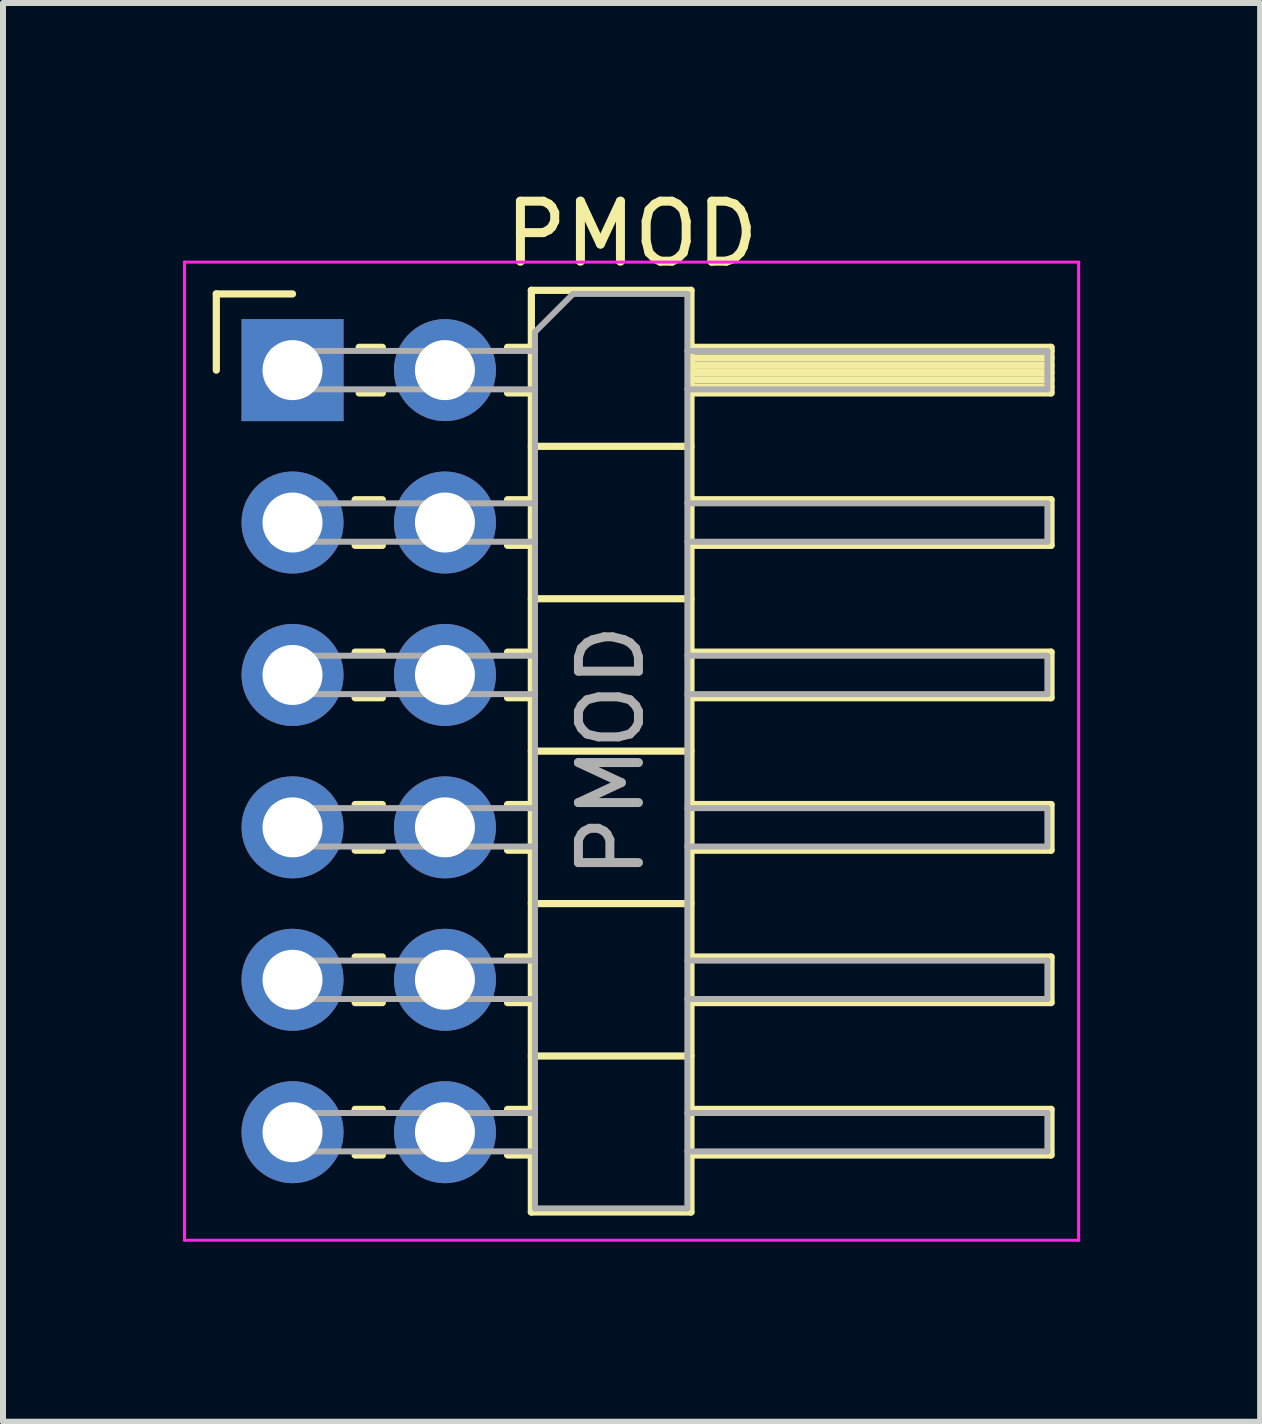
<source format=kicad_pcb>
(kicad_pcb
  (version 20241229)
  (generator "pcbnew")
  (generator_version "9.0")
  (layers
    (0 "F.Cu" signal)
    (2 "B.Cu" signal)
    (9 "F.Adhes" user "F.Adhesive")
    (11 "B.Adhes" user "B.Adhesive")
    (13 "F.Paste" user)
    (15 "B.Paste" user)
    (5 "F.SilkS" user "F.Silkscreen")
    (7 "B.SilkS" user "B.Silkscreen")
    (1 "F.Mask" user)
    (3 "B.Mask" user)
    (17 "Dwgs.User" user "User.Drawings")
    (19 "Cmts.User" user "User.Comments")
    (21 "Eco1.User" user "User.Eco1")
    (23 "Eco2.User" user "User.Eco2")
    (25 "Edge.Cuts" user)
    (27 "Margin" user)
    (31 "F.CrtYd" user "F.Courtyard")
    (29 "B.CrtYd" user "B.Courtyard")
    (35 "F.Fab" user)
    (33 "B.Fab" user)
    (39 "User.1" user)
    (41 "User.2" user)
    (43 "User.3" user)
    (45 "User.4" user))
  (footprint "PMOD"
    (layer "F.Cu")
    (at 1.825 3.118)
    (property "Reference" "PMOD" (at 5.655 -2.27 0) (layer "F.SilkS") (effects (font (size 1 1) (thickness 0.15))))
    (attr through_hole)
    (fp_line (start -1.27 -1.27) (end 0 -1.27) (stroke (width 0.12) (type solid)) (layer "F.SilkS"))
    (fp_line (start -1.27 0) (end -1.27 -1.27) (stroke (width 0.12) (type solid)) (layer "F.SilkS"))
    (fp_line (start 1.043 2.16) (end 1.497 2.16) (stroke (width 0.12) (type solid)) (layer "F.SilkS"))
    (fp_line (start 1.043 2.92) (end 1.497 2.92) (stroke (width 0.12) (type solid)) (layer "F.SilkS"))
    (fp_line (start 1.043 4.7) (end 1.497 4.7) (stroke (width 0.12) (type solid)) (layer "F.SilkS"))
    (fp_line (start 1.043 5.46) (end 1.497 5.46) (stroke (width 0.12) (type solid)) (layer "F.SilkS"))
    (fp_line (start 1.043 7.24) (end 1.497 7.24) (stroke (width 0.12) (type solid)) (layer "F.SilkS"))
    (fp_line (start 1.043 8) (end 1.497 8) (stroke (width 0.12) (type solid)) (layer "F.SilkS"))
    (fp_line (start 1.043 9.78) (end 1.497 9.78) (stroke (width 0.12) (type solid)) (layer "F.SilkS"))
    (fp_line (start 1.043 10.54) (end 1.497 10.54) (stroke (width 0.12) (type solid)) (layer "F.SilkS"))
    (fp_line (start 1.043 12.32) (end 1.497 12.32) (stroke (width 0.12) (type solid)) (layer "F.SilkS"))
    (fp_line (start 1.043 13.08) (end 1.497 13.08) (stroke (width 0.12) (type solid)) (layer "F.SilkS"))
    (fp_line (start 1.11 -0.38) (end 1.497 -0.38) (stroke (width 0.12) (type solid)) (layer "F.SilkS"))
    (fp_line (start 1.11 0.38) (end 1.497 0.38) (stroke (width 0.12) (type solid)) (layer "F.SilkS"))
    (fp_line (start 3.583 -0.38) (end 3.98 -0.38) (stroke (width 0.12) (type solid)) (layer "F.SilkS"))
    (fp_line (start 3.583 0.38) (end 3.98 0.38) (stroke (width 0.12) (type solid)) (layer "F.SilkS"))
    (fp_line (start 3.583 2.16) (end 3.98 2.16) (stroke (width 0.12) (type solid)) (layer "F.SilkS"))
    (fp_line (start 3.583 2.92) (end 3.98 2.92) (stroke (width 0.12) (type solid)) (layer "F.SilkS"))
    (fp_line (start 3.583 4.7) (end 3.98 4.7) (stroke (width 0.12) (type solid)) (layer "F.SilkS"))
    (fp_line (start 3.583 5.46) (end 3.98 5.46) (stroke (width 0.12) (type solid)) (layer "F.SilkS"))
    (fp_line (start 3.583 7.24) (end 3.98 7.24) (stroke (width 0.12) (type solid)) (layer "F.SilkS"))
    (fp_line (start 3.583 8) (end 3.98 8) (stroke (width 0.12) (type solid)) (layer "F.SilkS"))
    (fp_line (start 3.583 9.78) (end 3.98 9.78) (stroke (width 0.12) (type solid)) (layer "F.SilkS"))
    (fp_line (start 3.583 10.54) (end 3.98 10.54) (stroke (width 0.12) (type solid)) (layer "F.SilkS"))
    (fp_line (start 3.583 12.32) (end 3.98 12.32) (stroke (width 0.12) (type solid)) (layer "F.SilkS"))
    (fp_line (start 3.583 13.08) (end 3.98 13.08) (stroke (width 0.12) (type solid)) (layer "F.SilkS"))
    (fp_line (start 3.98 -1.33) (end 3.98 14.03) (stroke (width 0.12) (type solid)) (layer "F.SilkS"))
    (fp_line (start 3.98 1.27) (end 6.64 1.27) (stroke (width 0.12) (type solid)) (layer "F.SilkS"))
    (fp_line (start 3.98 3.81) (end 6.64 3.81) (stroke (width 0.12) (type solid)) (layer "F.SilkS"))
    (fp_line (start 3.98 6.35) (end 6.64 6.35) (stroke (width 0.12) (type solid)) (layer "F.SilkS"))
    (fp_line (start 3.98 8.89) (end 6.64 8.89) (stroke (width 0.12) (type solid)) (layer "F.SilkS"))
    (fp_line (start 3.98 11.43) (end 6.64 11.43) (stroke (width 0.12) (type solid)) (layer "F.SilkS"))
    (fp_line (start 3.98 14.03) (end 6.64 14.03) (stroke (width 0.12) (type solid)) (layer "F.SilkS"))
    (fp_line (start 6.64 -1.33) (end 3.98 -1.33) (stroke (width 0.12) (type solid)) (layer "F.SilkS"))
    (fp_line (start 6.64 -0.38) (end 12.64 -0.38) (stroke (width 0.12) (type solid)) (layer "F.SilkS"))
    (fp_line (start 6.64 -0.32) (end 12.64 -0.32) (stroke (width 0.12) (type solid)) (layer "F.SilkS"))
    (fp_line (start 6.64 -0.2) (end 12.64 -0.2) (stroke (width 0.12) (type solid)) (layer "F.SilkS"))
    (fp_line (start 6.64 -0.08) (end 12.64 -0.08) (stroke (width 0.12) (type solid)) (layer "F.SilkS"))
    (fp_line (start 6.64 0.04) (end 12.64 0.04) (stroke (width 0.12) (type solid)) (layer "F.SilkS"))
    (fp_line (start 6.64 0.16) (end 12.64 0.16) (stroke (width 0.12) (type solid)) (layer "F.SilkS"))
    (fp_line (start 6.64 0.28) (end 12.64 0.28) (stroke (width 0.12) (type solid)) (layer "F.SilkS"))
    (fp_line (start 6.64 2.16) (end 12.64 2.16) (stroke (width 0.12) (type solid)) (layer "F.SilkS"))
    (fp_line (start 6.64 4.7) (end 12.64 4.7) (stroke (width 0.12) (type solid)) (layer "F.SilkS"))
    (fp_line (start 6.64 7.24) (end 12.64 7.24) (stroke (width 0.12) (type solid)) (layer "F.SilkS"))
    (fp_line (start 6.64 9.78) (end 12.64 9.78) (stroke (width 0.12) (type solid)) (layer "F.SilkS"))
    (fp_line (start 6.64 12.32) (end 12.64 12.32) (stroke (width 0.12) (type solid)) (layer "F.SilkS"))
    (fp_line (start 6.64 14.03) (end 6.64 -1.33) (stroke (width 0.12) (type solid)) (layer "F.SilkS"))
    (fp_line (start 12.64 -0.38) (end 12.64 0.38) (stroke (width 0.12) (type solid)) (layer "F.SilkS"))
    (fp_line (start 12.64 0.38) (end 6.64 0.38) (stroke (width 0.12) (type solid)) (layer "F.SilkS"))
    (fp_line (start 12.64 2.16) (end 12.64 2.92) (stroke (width 0.12) (type solid)) (layer "F.SilkS"))
    (fp_line (start 12.64 2.92) (end 6.64 2.92) (stroke (width 0.12) (type solid)) (layer "F.SilkS"))
    (fp_line (start 12.64 4.7) (end 12.64 5.46) (stroke (width 0.12) (type solid)) (layer "F.SilkS"))
    (fp_line (start 12.64 5.46) (end 6.64 5.46) (stroke (width 0.12) (type solid)) (layer "F.SilkS"))
    (fp_line (start 12.64 7.24) (end 12.64 8) (stroke (width 0.12) (type solid)) (layer "F.SilkS"))
    (fp_line (start 12.64 8) (end 6.64 8) (stroke (width 0.12) (type solid)) (layer "F.SilkS"))
    (fp_line (start 12.64 9.78) (end 12.64 10.54) (stroke (width 0.12) (type solid)) (layer "F.SilkS"))
    (fp_line (start 12.64 10.54) (end 6.64 10.54) (stroke (width 0.12) (type solid)) (layer "F.SilkS"))
    (fp_line (start 12.64 12.32) (end 12.64 13.08) (stroke (width 0.12) (type solid)) (layer "F.SilkS"))
    (fp_line (start 12.64 13.08) (end 6.64 13.08) (stroke (width 0.12) (type solid)) (layer "F.SilkS"))
    (fp_line (start -1.8 -1.8) (end -1.8 14.5) (stroke (width 0.05) (type solid)) (layer "F.CrtYd"))
    (fp_line (start -1.8 14.5) (end 13.1 14.5) (stroke (width 0.05) (type solid)) (layer "F.CrtYd"))
    (fp_line (start 13.1 -1.8) (end -1.8 -1.8) (stroke (width 0.05) (type solid)) (layer "F.CrtYd"))
    (fp_line (start 13.1 14.5) (end 13.1 -1.8) (stroke (width 0.05) (type solid)) (layer "F.CrtYd"))
    (fp_line (start -0.32 -0.32) (end -0.32 0.32) (stroke (width 0.1) (type solid)) (layer "F.Fab"))
    (fp_line (start -0.32 -0.32) (end 4.04 -0.32) (stroke (width 0.1) (type solid)) (layer "F.Fab"))
    (fp_line (start -0.32 0.32) (end 4.04 0.32) (stroke (width 0.1) (type solid)) (layer "F.Fab"))
    (fp_line (start -0.32 2.22) (end -0.32 2.86) (stroke (width 0.1) (type solid)) (layer "F.Fab"))
    (fp_line (start -0.32 2.22) (end 4.04 2.22) (stroke (width 0.1) (type solid)) (layer "F.Fab"))
    (fp_line (start -0.32 2.86) (end 4.04 2.86) (stroke (width 0.1) (type solid)) (layer "F.Fab"))
    (fp_line (start -0.32 4.76) (end -0.32 5.4) (stroke (width 0.1) (type solid)) (layer "F.Fab"))
    (fp_line (start -0.32 4.76) (end 4.04 4.76) (stroke (width 0.1) (type solid)) (layer "F.Fab"))
    (fp_line (start -0.32 5.4) (end 4.04 5.4) (stroke (width 0.1) (type solid)) (layer "F.Fab"))
    (fp_line (start -0.32 7.3) (end -0.32 7.94) (stroke (width 0.1) (type solid)) (layer "F.Fab"))
    (fp_line (start -0.32 7.3) (end 4.04 7.3) (stroke (width 0.1) (type solid)) (layer "F.Fab"))
    (fp_line (start -0.32 7.94) (end 4.04 7.94) (stroke (width 0.1) (type solid)) (layer "F.Fab"))
    (fp_line (start -0.32 9.84) (end -0.32 10.48) (stroke (width 0.1) (type solid)) (layer "F.Fab"))
    (fp_line (start -0.32 9.84) (end 4.04 9.84) (stroke (width 0.1) (type solid)) (layer "F.Fab"))
    (fp_line (start -0.32 10.48) (end 4.04 10.48) (stroke (width 0.1) (type solid)) (layer "F.Fab"))
    (fp_line (start -0.32 12.38) (end -0.32 13.02) (stroke (width 0.1) (type solid)) (layer "F.Fab"))
    (fp_line (start -0.32 12.38) (end 4.04 12.38) (stroke (width 0.1) (type solid)) (layer "F.Fab"))
    (fp_line (start -0.32 13.02) (end 4.04 13.02) (stroke (width 0.1) (type solid)) (layer "F.Fab"))
    (fp_line (start 4.04 -0.635) (end 4.675 -1.27) (stroke (width 0.1) (type solid)) (layer "F.Fab"))
    (fp_line (start 4.04 13.97) (end 4.04 -0.635) (stroke (width 0.1) (type solid)) (layer "F.Fab"))
    (fp_line (start 4.675 -1.27) (end 6.58 -1.27) (stroke (width 0.1) (type solid)) (layer "F.Fab"))
    (fp_line (start 6.58 -1.27) (end 6.58 13.97) (stroke (width 0.1) (type solid)) (layer "F.Fab"))
    (fp_line (start 6.58 -0.32) (end 12.58 -0.32) (stroke (width 0.1) (type solid)) (layer "F.Fab"))
    (fp_line (start 6.58 0.32) (end 12.58 0.32) (stroke (width 0.1) (type solid)) (layer "F.Fab"))
    (fp_line (start 6.58 2.22) (end 12.58 2.22) (stroke (width 0.1) (type solid)) (layer "F.Fab"))
    (fp_line (start 6.58 2.86) (end 12.58 2.86) (stroke (width 0.1) (type solid)) (layer "F.Fab"))
    (fp_line (start 6.58 4.76) (end 12.58 4.76) (stroke (width 0.1) (type solid)) (layer "F.Fab"))
    (fp_line (start 6.58 5.4) (end 12.58 5.4) (stroke (width 0.1) (type solid)) (layer "F.Fab"))
    (fp_line (start 6.58 7.3) (end 12.58 7.3) (stroke (width 0.1) (type solid)) (layer "F.Fab"))
    (fp_line (start 6.58 7.94) (end 12.58 7.94) (stroke (width 0.1) (type solid)) (layer "F.Fab"))
    (fp_line (start 6.58 9.84) (end 12.58 9.84) (stroke (width 0.1) (type solid)) (layer "F.Fab"))
    (fp_line (start 6.58 10.48) (end 12.58 10.48) (stroke (width 0.1) (type solid)) (layer "F.Fab"))
    (fp_line (start 6.58 12.38) (end 12.58 12.38) (stroke (width 0.1) (type solid)) (layer "F.Fab"))
    (fp_line (start 6.58 13.02) (end 12.58 13.02) (stroke (width 0.1) (type solid)) (layer "F.Fab"))
    (fp_line (start 6.58 13.97) (end 4.04 13.97) (stroke (width 0.1) (type solid)) (layer "F.Fab"))
    (fp_line (start 12.58 -0.32) (end 12.58 0.32) (stroke (width 0.1) (type solid)) (layer "F.Fab"))
    (fp_line (start 12.58 2.22) (end 12.58 2.86) (stroke (width 0.1) (type solid)) (layer "F.Fab"))
    (fp_line (start 12.58 4.76) (end 12.58 5.4) (stroke (width 0.1) (type solid)) (layer "F.Fab"))
    (fp_line (start 12.58 7.3) (end 12.58 7.94) (stroke (width 0.1) (type solid)) (layer "F.Fab"))
    (fp_line (start 12.58 9.84) (end 12.58 10.48) (stroke (width 0.1) (type solid)) (layer "F.Fab"))
    (fp_line (start 12.58 12.38) (end 12.58 13.02) (stroke (width 0.1) (type solid)) (layer "F.Fab"))
    (fp_text user "${REFERENCE}" (at 5.31 6.35 90) (layer "F.Fab") (effects (font (size 1 1) (thickness 0.15))))
    (pad "1" thru_hole rect (at 0 0) (size 1.7 1.7) (drill 1) (layers "*.Cu" "*.Mask"))
    (pad "2" thru_hole oval (at 0 2.54) (size 1.7 1.7) (drill 1) (layers "*.Cu" "*.Mask"))
    (pad "3" thru_hole oval (at 0 5.08) (size 1.7 1.7) (drill 1) (layers "*.Cu" "*.Mask"))
    (pad "4" thru_hole oval (at 0 7.62) (size 1.7 1.7) (drill 1) (layers "*.Cu" "*.Mask"))
    (pad "5" thru_hole oval (at 0 10.16) (size 1.7 1.7) (drill 1) (layers "*.Cu" "*.Mask"))
    (pad "6" thru_hole oval (at 0 12.7) (size 1.7 1.7) (drill 1) (layers "*.Cu" "*.Mask"))
    (pad "7" thru_hole oval (at 2.54 0) (size 1.7 1.7) (drill 1) (layers "*.Cu" "*.Mask"))
    (pad "8" thru_hole oval (at 2.54 2.54) (size 1.7 1.7) (drill 1) (layers "*.Cu" "*.Mask"))
    (pad "9" thru_hole oval (at 2.54 5.08) (size 1.7 1.7) (drill 1) (layers "*.Cu" "*.Mask"))
    (pad "10" thru_hole oval (at 2.54 7.62) (size 1.7 1.7) (drill 1) (layers "*.Cu" "*.Mask"))
    (pad "11" thru_hole oval (at 2.54 10.16) (size 1.7 1.7) (drill 1) (layers "*.Cu" "*.Mask"))
    (pad "12" thru_hole oval (at 2.54 12.7) (size 1.7 1.7) (drill 1) (layers "*.Cu" "*.Mask")))
  (gr_rect
    (start -3 -3)
    (end 17.95 20.643)
    (stroke (width 0.1) (type default))
    (fill no)
    (layer "Edge.Cuts")))
</source>
